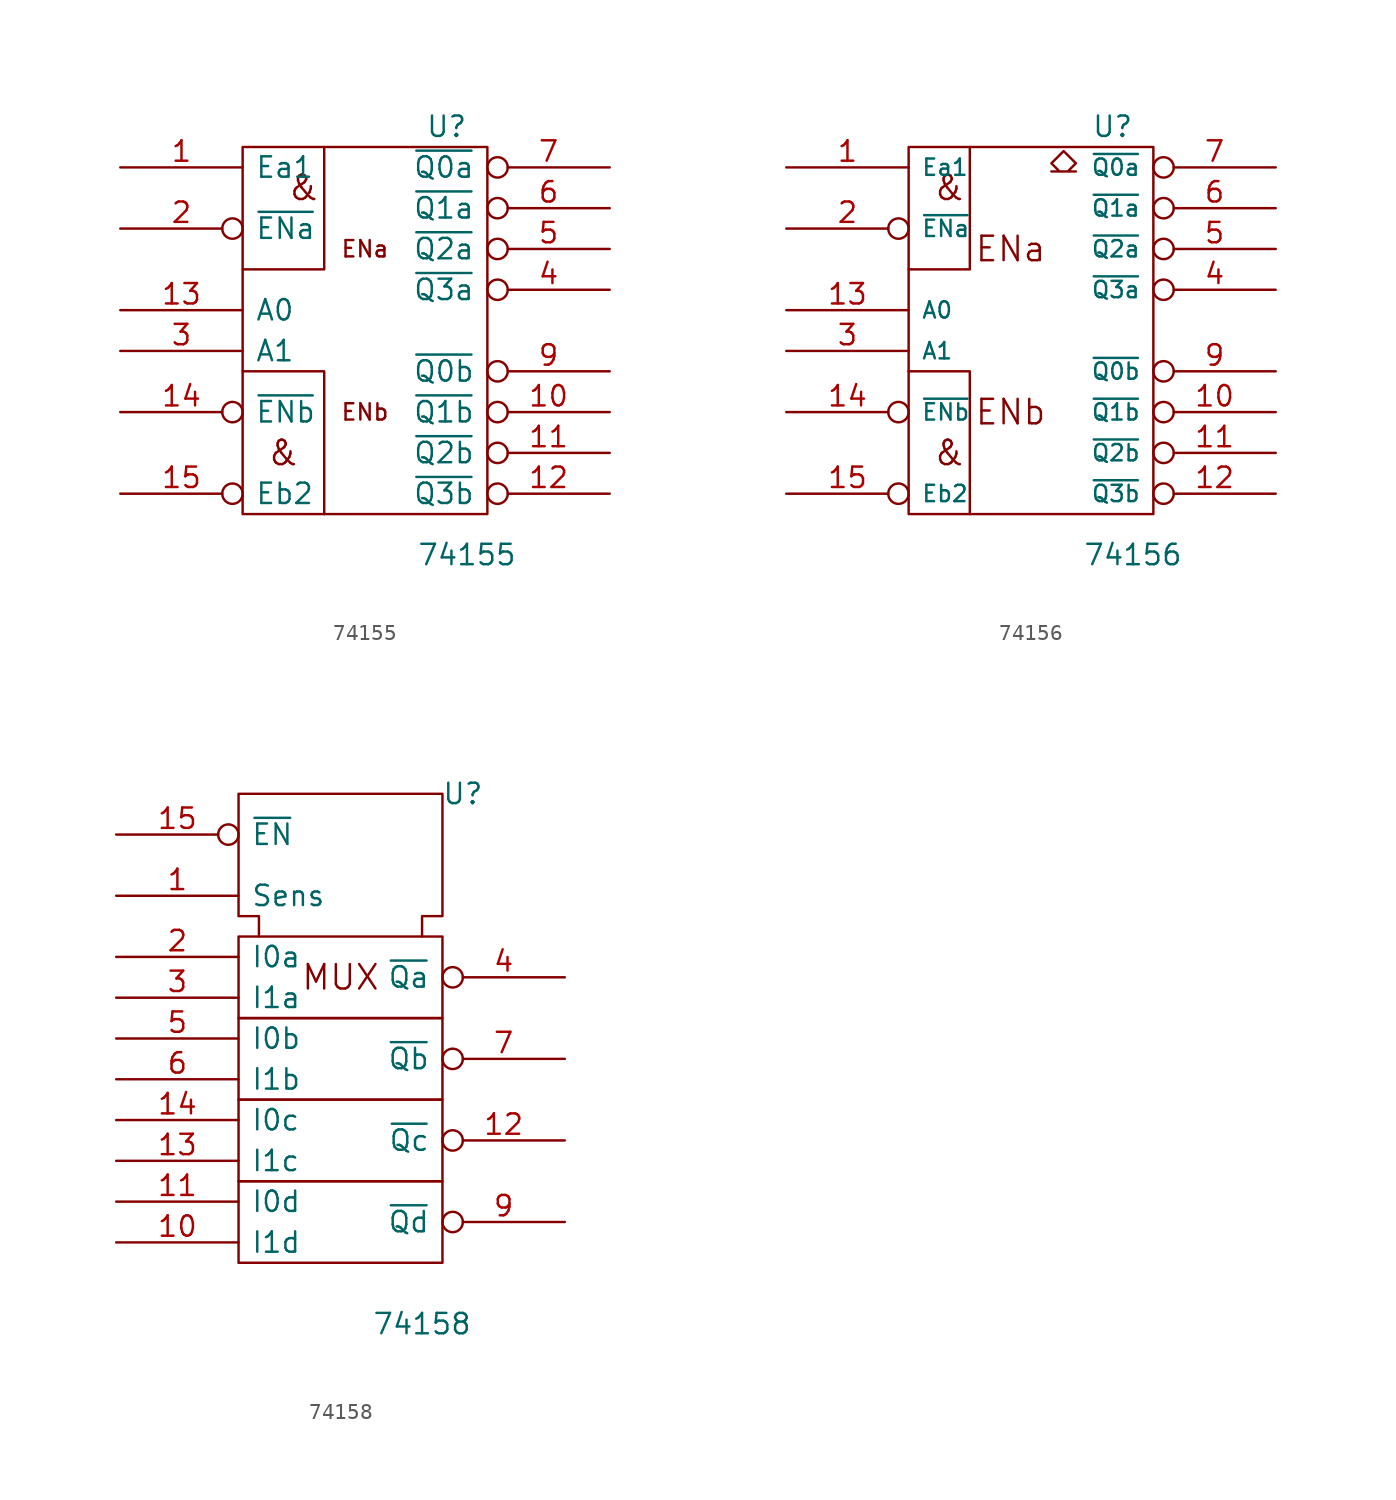
<source format=kicad_sym>
(kicad_symbol_lib
  (version 20201005)
  (generator kicad_symbol_editor)
  (symbol "74155"
    (pin_names
      (offset 0.762))
    (property "Reference" "U"
      (at 5.08 12.7 0)
      (effects (font (size 1.27 1.27))))
    (property "Value" "74155"
      (at 6.35 -13.97 0)
      (effects (font (size 1.27 1.27))))
    (symbol "74155_0_0"
      (text "ENb" (at 0 -5.08 0) (effects (font (size 1.016 1.016))))
      (text "ENa" (at 0 5.08 0) (effects (font (size 1.016 1.016))))
      (text "&" (at -5.08 -7.62 0) (effects (font (size 1.524 1.524))))
      (text "&" (at -3.81 8.89 0) (effects (font (size 1.524 1.524))))
      (rectangle (start -7.62 11.43) (end 7.62 -11.43) (stroke (width 0)) (fill (type none)))
      (polyline (pts (xy -7.62 -2.54) (xy -2.54 -2.54) (xy -2.54 -11.43) (xy -2.54 -11.43)) (stroke (width 0)) (fill (type none)))
      (polyline (pts (xy -7.62 3.81) (xy -2.54 3.81) (xy -2.54 11.43) (xy -2.54 11.43)) (stroke (width 0)) (fill (type none)))
      (pin power_in line (at 0 11.43 270) (length 0) hide (name "VCC" (effects (font (size 1.27 1.27)))) (number "16" (effects (font (size 1.27 1.27)))))
      (pin power_in line (at 0 -11.43 90) (length 0) hide (name "GND" (effects (font (size 1.27 1.27)))) (number "8" (effects (font (size 1.27 1.27))))))
    (symbol "74155_1_1"
      (pin output inverted (at 15.24 -10.16 180) (length 7.62) (name "~Q3b" (effects (font (size 1.27 1.27)))) (number "12" (effects (font (size 1.27 1.27)))))
      (pin output inverted (at 15.24 -7.62 180) (length 7.62) (name "~Q2b" (effects (font (size 1.27 1.27)))) (number "11" (effects (font (size 1.27 1.27)))))
      (pin output inverted (at 15.24 -5.08 180) (length 7.62) (name "~Q1b" (effects (font (size 1.27 1.27)))) (number "10" (effects (font (size 1.27 1.27)))))
      (pin output inverted (at 15.24 -2.54 180) (length 7.62) (name "~Q0b" (effects (font (size 1.27 1.27)))) (number "9" (effects (font (size 1.27 1.27)))))
      (pin output inverted (at 15.24 2.54 180) (length 7.62) (name "~Q3a" (effects (font (size 1.27 1.27)))) (number "4" (effects (font (size 1.27 1.27)))))
      (pin output inverted (at 15.24 5.08 180) (length 7.62) (name "~Q2a" (effects (font (size 1.27 1.27)))) (number "5" (effects (font (size 1.27 1.27)))))
      (pin output inverted (at 15.24 7.62 180) (length 7.62) (name "~Q1a" (effects (font (size 1.27 1.27)))) (number "6" (effects (font (size 1.27 1.27)))))
      (pin output inverted (at 15.24 10.16 180) (length 7.62) (name "~Q0a" (effects (font (size 1.27 1.27)))) (number "7" (effects (font (size 1.27 1.27)))))
      (pin input inverted (at -15.24 -10.16 0) (length 7.62) (name "Eb2" (effects (font (size 1.27 1.27)))) (number "15" (effects (font (size 1.27 1.27)))))
      (pin input inverted (at -15.24 -5.08 0) (length 7.62) (name "~ENb" (effects (font (size 1.27 1.27)))) (number "14" (effects (font (size 1.27 1.27)))))
      (pin input line (at -15.24 -1.27 0) (length 7.62) (name "A1" (effects (font (size 1.27 1.27)))) (number "3" (effects (font (size 1.27 1.27)))))
      (pin input line (at -15.24 1.27 0) (length 7.62) (name "A0" (effects (font (size 1.27 1.27)))) (number "13" (effects (font (size 1.27 1.27)))))
      (pin input inverted (at -15.24 6.35 0) (length 7.62) (name "~ENa" (effects (font (size 1.27 1.27)))) (number "2" (effects (font (size 1.27 1.27)))))
      (pin input line (at -15.24 10.16 0) (length 7.62) (name "Ea1" (effects (font (size 1.27 1.27)))) (number "1" (effects (font (size 1.27 1.27)))))))
  (symbol "74156"
    (pin_names
      (offset 0.762))
    (property "Reference" "U"
      (at 5.08 12.7 0)
      (effects (font (size 1.27 1.27))))
    (property "Value" "74156"
      (at 6.35 -13.97 0)
      (effects (font (size 1.27 1.27))))
    (symbol "74156_0_0"
      (text "&" (at -5.08 8.89 0) (effects (font (size 1.524 1.524))))
      (text "ENb" (at -1.27 -5.08 0) (effects (font (size 1.524 1.524))))
      (text "&" (at -5.08 -7.62 0) (effects (font (size 1.524 1.524))))
      (text "ENa" (at -1.27 5.08 0) (effects (font (size 1.524 1.524))))
      (rectangle (start -7.62 11.43) (end 7.62 -11.43) (stroke (width 0)) (fill (type none)))
      (polyline (pts (xy -7.62 -2.54) (xy -3.81 -2.54) (xy -3.81 -11.43) (xy -3.81 -11.43)) (stroke (width 0)) (fill (type none)))
      (polyline (pts (xy -3.81 11.43) (xy -3.81 3.81) (xy -7.62 3.81) (xy -7.62 3.81)) (stroke (width 0)) (fill (type none)))
      (polyline (pts (xy 2.032 11.176) (xy 2.794 10.414) (xy 2.286 9.906) (xy 2.794 9.906) (xy 1.27 9.906) (xy 1.778 9.906) (xy 1.27 10.414) (xy 2.032 11.176) (xy 2.032 11.176)) (stroke (width 0)) (fill (type none)))
      (pin power_in line (at 0 11.43 270) (length 0) hide (name "VCC" (effects (font (size 1.016 1.016)))) (number "16" (effects (font (size 1.27 1.27)))))
      (pin power_in line (at 0 -11.43 90) (length 0) hide (name "GND" (effects (font (size 1.016 1.016)))) (number "8" (effects (font (size 1.27 1.27))))))
    (symbol "74156_1_1"
      (pin open_collector inverted (at 15.24 -10.16 180) (length 7.62) (name "~Q3b" (effects (font (size 1.016 1.016)))) (number "12" (effects (font (size 1.27 1.27)))))
      (pin open_collector inverted (at 15.24 -7.62 180) (length 7.62) (name "~Q2b" (effects (font (size 1.016 1.016)))) (number "11" (effects (font (size 1.27 1.27)))))
      (pin open_collector inverted (at 15.24 -5.08 180) (length 7.62) (name "~Q1b" (effects (font (size 1.016 1.016)))) (number "10" (effects (font (size 1.27 1.27)))))
      (pin open_collector inverted (at 15.24 -2.54 180) (length 7.62) (name "~Q0b" (effects (font (size 1.016 1.016)))) (number "9" (effects (font (size 1.27 1.27)))))
      (pin open_collector inverted (at 15.24 2.54 180) (length 7.62) (name "~Q3a" (effects (font (size 1.016 1.016)))) (number "4" (effects (font (size 1.27 1.27)))))
      (pin open_collector inverted (at 15.24 5.08 180) (length 7.62) (name "~Q2a" (effects (font (size 1.016 1.016)))) (number "5" (effects (font (size 1.27 1.27)))))
      (pin open_collector inverted (at 15.24 7.62 180) (length 7.62) (name "~Q1a" (effects (font (size 1.016 1.016)))) (number "6" (effects (font (size 1.27 1.27)))))
      (pin open_collector inverted (at 15.24 10.16 180) (length 7.62) (name "~Q0a" (effects (font (size 1.016 1.016)))) (number "7" (effects (font (size 1.27 1.27)))))
      (pin input inverted (at -15.24 -10.16 0) (length 7.62) (name "Eb2" (effects (font (size 1.016 1.016)))) (number "15" (effects (font (size 1.27 1.27)))))
      (pin input inverted (at -15.24 -5.08 0) (length 7.62) (name "~ENb" (effects (font (size 1.016 1.016)))) (number "14" (effects (font (size 1.27 1.27)))))
      (pin input line (at -15.24 -1.27 0) (length 7.62) (name "A1" (effects (font (size 1.016 1.016)))) (number "3" (effects (font (size 1.27 1.27)))))
      (pin input line (at -15.24 1.27 0) (length 7.62) (name "A0" (effects (font (size 1.016 1.016)))) (number "13" (effects (font (size 1.27 1.27)))))
      (pin input inverted (at -15.24 6.35 0) (length 7.62) (name "~ENa" (effects (font (size 1.016 1.016)))) (number "2" (effects (font (size 1.27 1.27)))))
      (pin input line (at -15.24 10.16 0) (length 7.62) (name "Ea1" (effects (font (size 1.016 1.016)))) (number "1" (effects (font (size 1.27 1.27)))))))
  (symbol "74158"
    (pin_names
      (offset 0.762))
    (property "Reference" "U"
      (at 7.62 24.13 0)
      (effects (font (size 1.27 1.27))))
    (property "Value" "74158"
      (at 5.08 -8.89 0)
      (effects (font (size 1.27 1.27))))
    (symbol "74158_0_0"
      (text "MUX" (at 0 12.7 0) (effects (font (size 1.524 1.524))))
      (rectangle (start -6.35 0) (end 6.35 -5.08) (stroke (width 0)) (fill (type none)))
      (rectangle (start -6.35 5.08) (end 6.35 0) (stroke (width 0)) (fill (type none)))
      (rectangle (start -6.35 10.16) (end 6.35 5.08) (stroke (width 0)) (fill (type none)))
      (rectangle (start -6.35 15.24) (end 6.35 10.16) (stroke (width 0)) (fill (type none)))
      (polyline (pts (xy -5.08 15.24) (xy -5.08 16.51) (xy -6.35 16.51) (xy -6.35 24.13) (xy 6.35 24.13) (xy 6.35 16.51) (xy 5.08 16.51) (xy 5.08 15.24) (xy 5.08 15.24)) (stroke (width 0)) (fill (type none)))
      (pin power_in line (at 0 24.13 270) (length 0) hide (name "GND" (effects (font (size 1.27 1.27)))) (number "8" (effects (font (size 1.27 1.27)))))
      (pin power_in line (at 3.81 24.13 270) (length 0) hide (name "VCC" (effects (font (size 1.27 1.27)))) (number "16" (effects (font (size 1.27 1.27))))))
    (symbol "74158_1_1"
      (pin output inverted (at 13.97 -2.54 180) (length 7.62) (name "~Qd" (effects (font (size 1.27 1.27)))) (number "9" (effects (font (size 1.27 1.27)))))
      (pin output inverted (at 13.97 2.54 180) (length 7.62) (name "~Qc" (effects (font (size 1.27 1.27)))) (number "12" (effects (font (size 1.27 1.27)))))
      (pin output inverted (at 13.97 7.62 180) (length 7.62) (name "~Qb" (effects (font (size 1.27 1.27)))) (number "7" (effects (font (size 1.27 1.27)))))
      (pin output inverted (at 13.97 12.7 180) (length 7.62) (name "~Qa" (effects (font (size 1.27 1.27)))) (number "4" (effects (font (size 1.27 1.27)))))
      (pin input line (at -13.97 -3.81 0) (length 7.62) (name "I1d" (effects (font (size 1.27 1.27)))) (number "10" (effects (font (size 1.27 1.27)))))
      (pin input line (at -13.97 -1.27 0) (length 7.62) (name "I0d" (effects (font (size 1.27 1.27)))) (number "11" (effects (font (size 1.27 1.27)))))
      (pin input line (at -13.97 1.27 0) (length 7.62) (name "I1c" (effects (font (size 1.27 1.27)))) (number "13" (effects (font (size 1.27 1.27)))))
      (pin input line (at -13.97 3.81 0) (length 7.62) (name "I0c" (effects (font (size 1.27 1.27)))) (number "14" (effects (font (size 1.27 1.27)))))
      (pin input line (at -13.97 6.35 0) (length 7.62) (name "I1b" (effects (font (size 1.27 1.27)))) (number "6" (effects (font (size 1.27 1.27)))))
      (pin input line (at -13.97 8.89 0) (length 7.62) (name "I0b" (effects (font (size 1.27 1.27)))) (number "5" (effects (font (size 1.27 1.27)))))
      (pin input line (at -13.97 11.43 0) (length 7.62) (name "I1a" (effects (font (size 1.27 1.27)))) (number "3" (effects (font (size 1.27 1.27)))))
      (pin input line (at -13.97 13.97 0) (length 7.62) (name "I0a" (effects (font (size 1.27 1.27)))) (number "2" (effects (font (size 1.27 1.27)))))
      (pin input line (at -13.97 17.78 0) (length 7.62) (name "Sens" (effects (font (size 1.27 1.27)))) (number "1" (effects (font (size 1.27 1.27)))))
      (pin input inverted (at -13.97 21.59 0) (length 7.62) (name "~EN" (effects (font (size 1.27 1.27)))) (number "15" (effects (font (size 1.27 1.27))))))))
</source>
